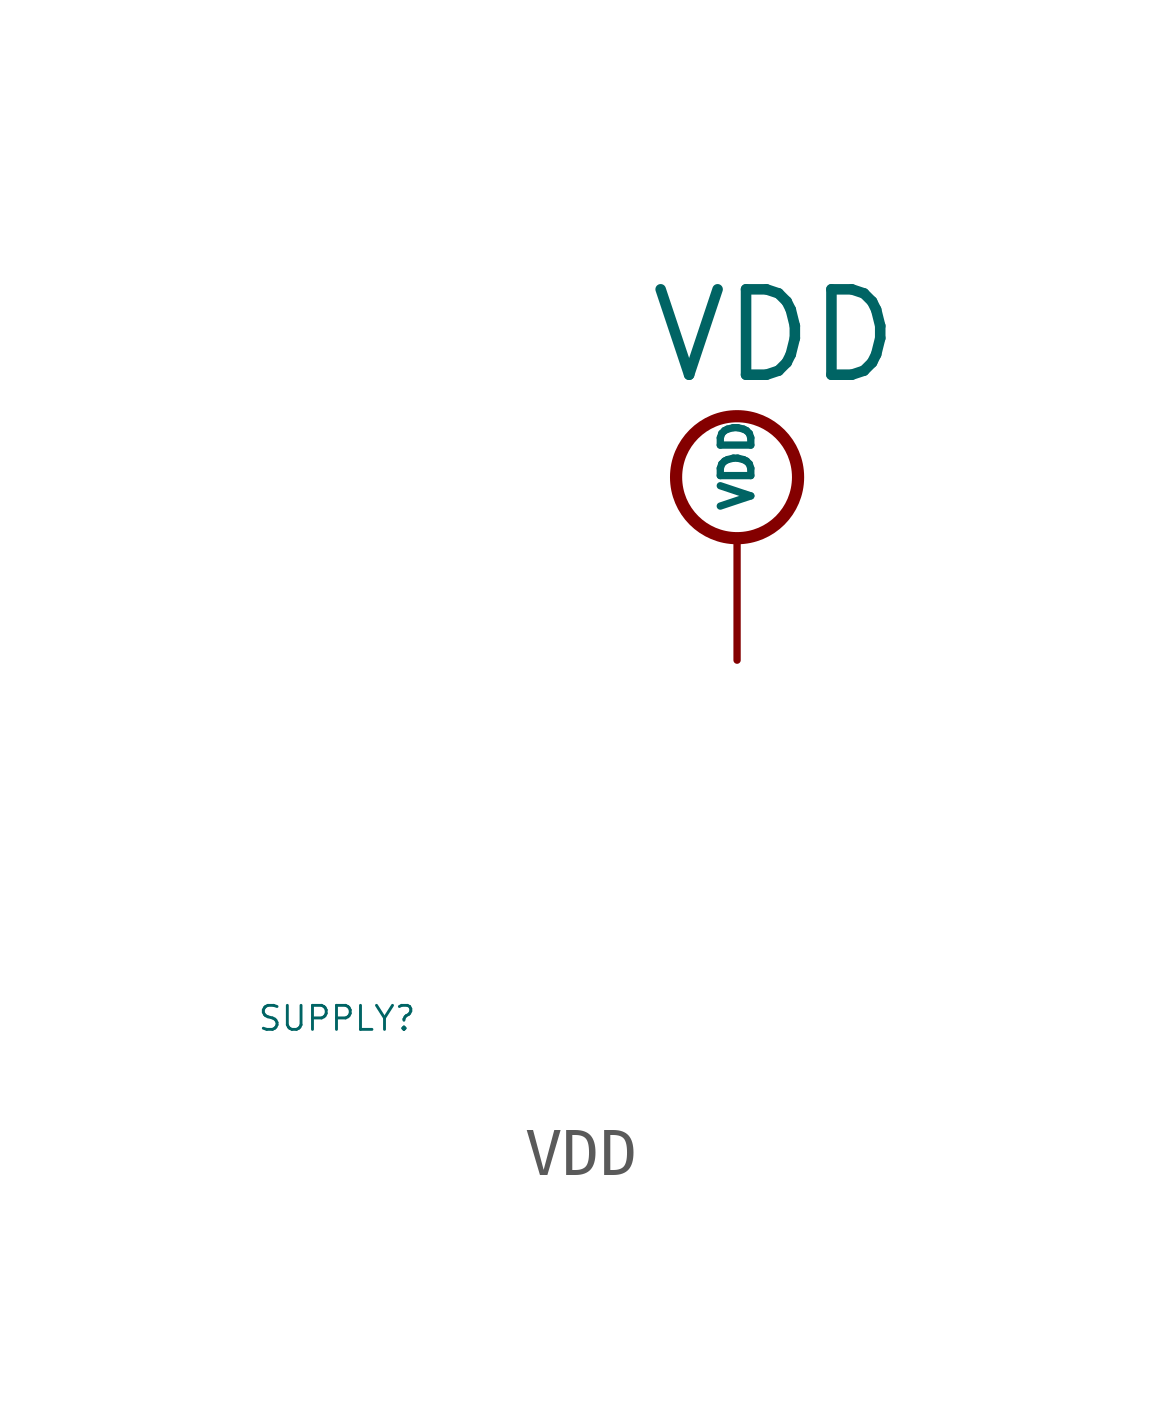
<source format=kicad_sym>
(kicad_symbol_lib
  (version 20220914)
  (generator Eagle2Kicad)
  (symbol "VDD"
    (property "Reference" "SUPPLY"
      (at -10 -10 0)
      (effects (font (size 0.5 0.5) (thickness 0.06)) (justify left)))
    (property "Value" "VDD"
      (at -1.905 3.175 0)
      (effects (font (size 1.778 1.778) (thickness 0.22)) (justify left bottom)))
    (circle
      (center 0 1.27)
      (radius 1.27)
      (stroke (width 0.254) (type default))
      (fill (type none)))
    (pin unspecified line
      (at 0 -2.54 90)
      (length 2.54)
      (name "VDD" (effects (font (size 0.635 0.635) (thickness 0.08)) (justify left bottom)))
      (number "" (effects (font (size 0.635 0.635) (thickness 0.08)) (justify left bottom))))))
</source>
